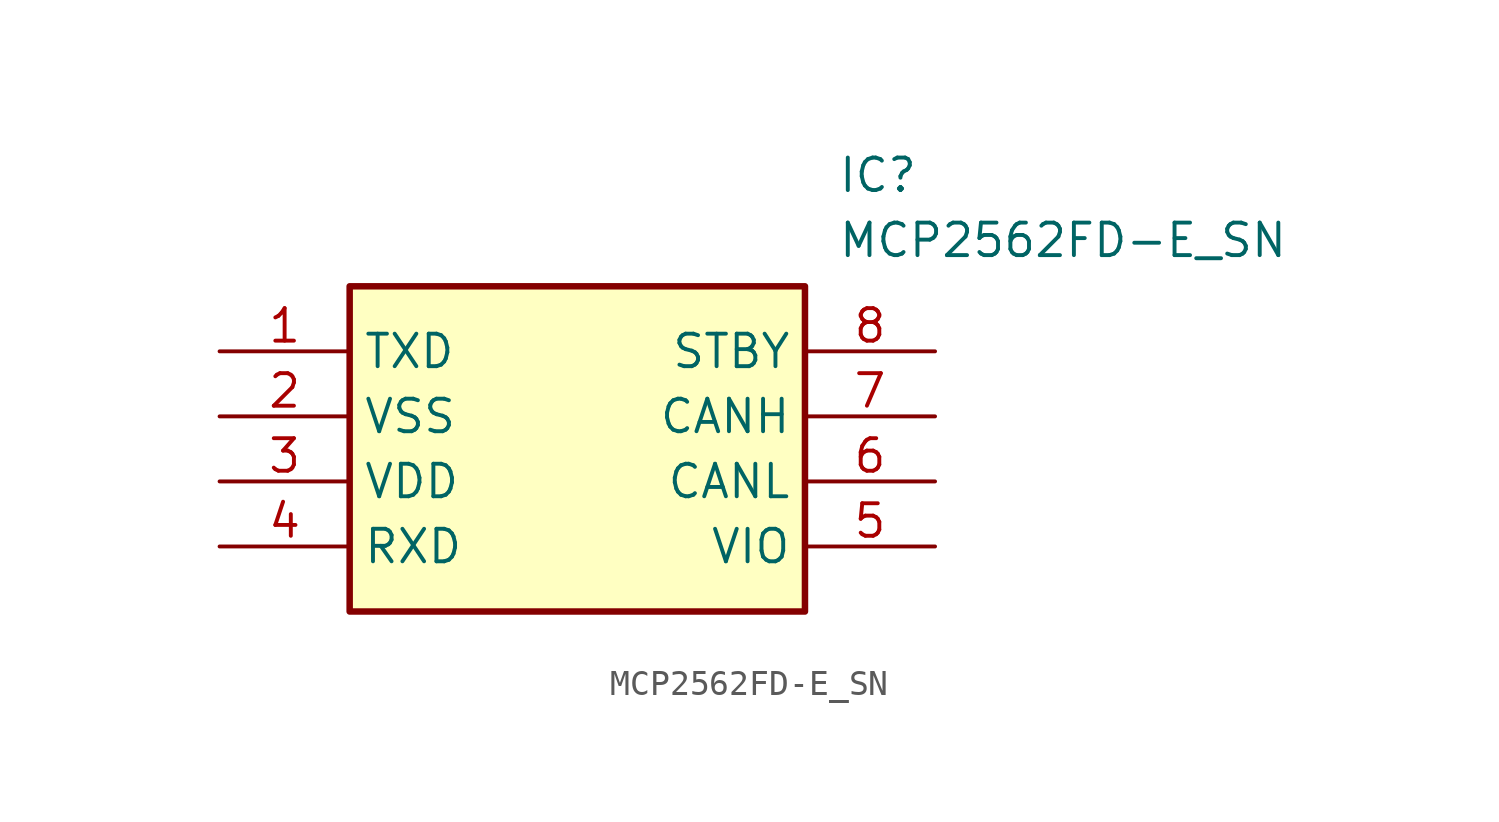
<source format=kicad_sym>
(kicad_symbol_lib
  (version 20231120)
  (generator "kicad_symbol_editor")
  (generator_version "8.0")
  (symbol "MCP2562FD-E_SN"
    (property "Reference" "IC"
      (at 24.13 7.62 0)
      (effects (font (size 1.27 1.27)) (justify left top)))
    (property "Value" "MCP2562FD-E_SN"
      (at 24.13 5.08 0)
      (effects (font (size 1.27 1.27)) (justify left top)))
    (symbol "MCP2562FD-E_SN_1_1"
      (rectangle (start 5.08 2.54) (end 22.86 -10.16) (stroke (width 0.254) (type default)) (fill (type background)))
      (pin passive line (at 0 0 0) (length 5.08) (name "TXD" (effects (font (size 1.27 1.27)))) (number "1" (effects (font (size 1.27 1.27)))))
      (pin passive line (at 0 -2.54 0) (length 5.08) (name "VSS" (effects (font (size 1.27 1.27)))) (number "2" (effects (font (size 1.27 1.27)))))
      (pin passive line (at 0 -5.08 0) (length 5.08) (name "VDD" (effects (font (size 1.27 1.27)))) (number "3" (effects (font (size 1.27 1.27)))))
      (pin passive line (at 0 -7.62 0) (length 5.08) (name "RXD" (effects (font (size 1.27 1.27)))) (number "4" (effects (font (size 1.27 1.27)))))
      (pin passive line (at 27.94 -7.62 180) (length 5.08) (name "VIO" (effects (font (size 1.27 1.27)))) (number "5" (effects (font (size 1.27 1.27)))))
      (pin passive line (at 27.94 -5.08 180) (length 5.08) (name "CANL" (effects (font (size 1.27 1.27)))) (number "6" (effects (font (size 1.27 1.27)))))
      (pin passive line (at 27.94 -2.54 180) (length 5.08) (name "CANH" (effects (font (size 1.27 1.27)))) (number "7" (effects (font (size 1.27 1.27)))))
      (pin passive line (at 27.94 0 180) (length 5.08) (name "STBY" (effects (font (size 1.27 1.27)))) (number "8" (effects (font (size 1.27 1.27))))))))
</source>
